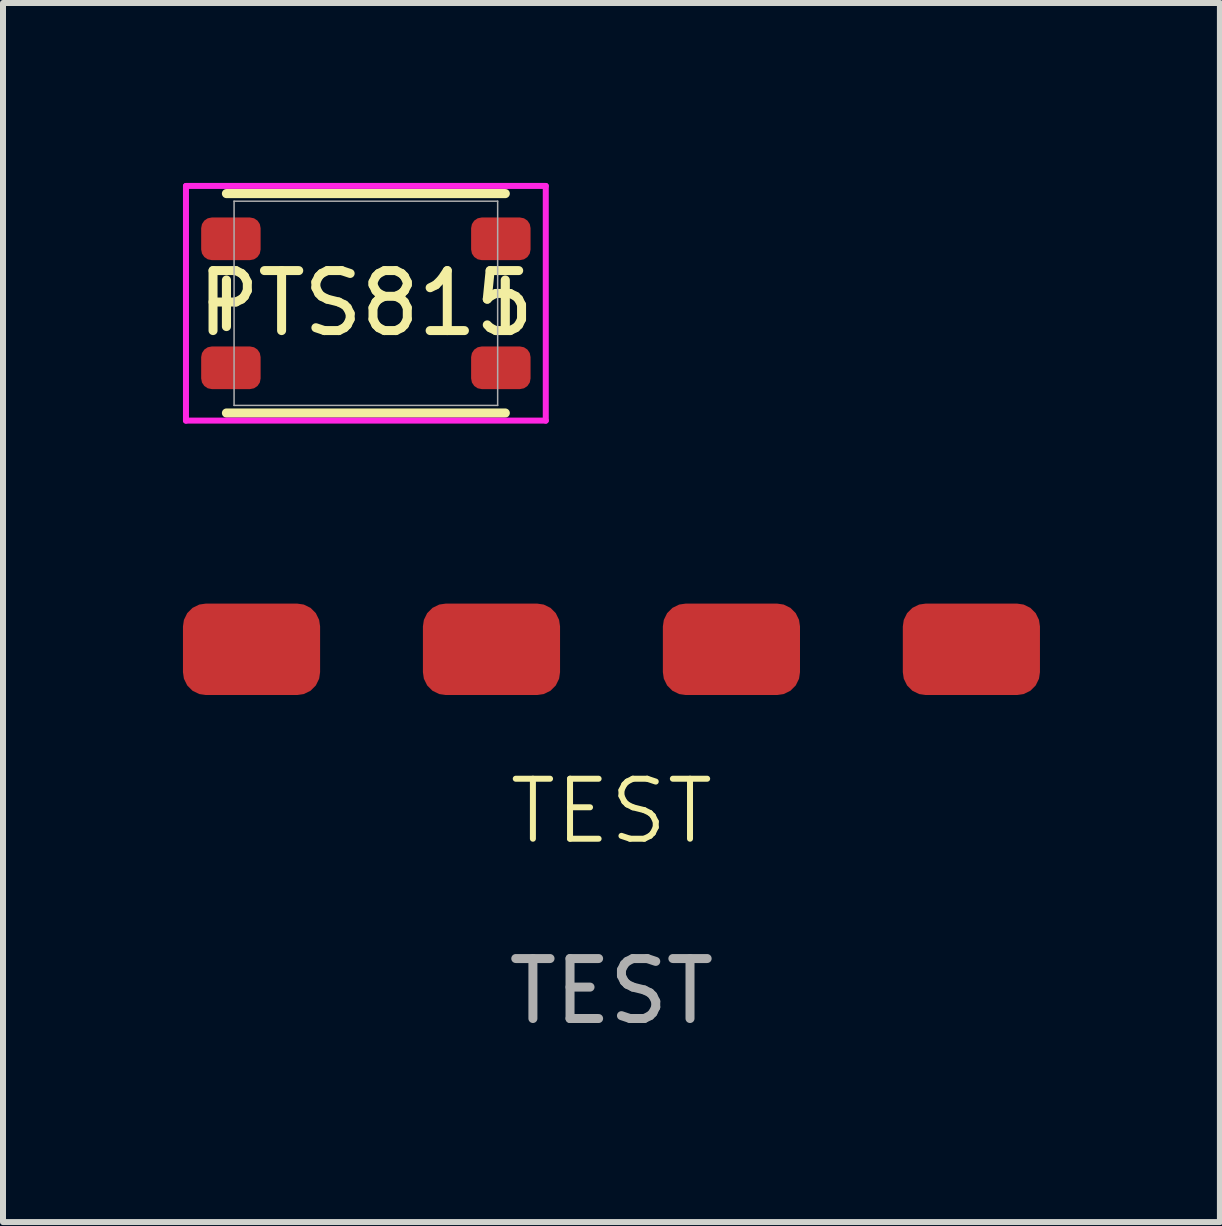
<source format=kicad_pcb>
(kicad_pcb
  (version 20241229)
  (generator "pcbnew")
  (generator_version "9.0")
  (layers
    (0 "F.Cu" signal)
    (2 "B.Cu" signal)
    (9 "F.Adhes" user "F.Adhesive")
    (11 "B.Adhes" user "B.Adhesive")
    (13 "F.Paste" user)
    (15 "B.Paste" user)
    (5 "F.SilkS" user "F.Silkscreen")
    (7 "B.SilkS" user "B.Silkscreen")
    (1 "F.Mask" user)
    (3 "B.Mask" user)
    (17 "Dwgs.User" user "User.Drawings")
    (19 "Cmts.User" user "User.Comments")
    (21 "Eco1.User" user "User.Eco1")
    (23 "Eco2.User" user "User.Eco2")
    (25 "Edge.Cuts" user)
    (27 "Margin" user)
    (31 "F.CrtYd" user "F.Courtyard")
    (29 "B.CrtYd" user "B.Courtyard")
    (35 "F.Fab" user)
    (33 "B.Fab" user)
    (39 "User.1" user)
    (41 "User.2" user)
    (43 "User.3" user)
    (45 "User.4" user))
  (footprint "PTS815"
    (layer "F.Cu")
    (at 3.049 2.006)
    (property "Reference" "PTS815" (at 0 0 0) (unlocked yes) (layer "F.SilkS") (effects (font (size 1 1) (thickness 0.15))))
    (attr smd)
    (fp_line (start -2.324 -0.387) (end -2.324 0.387) (stroke (width 0.152) (type solid)) (layer "F.SilkS"))
    (fp_line (start -2.324 1.829) (end 2.324 1.829) (stroke (width 0.152) (type solid)) (layer "F.SilkS"))
    (fp_line (start 2.324 -1.829) (end -2.324 -1.829) (stroke (width 0.152) (type solid)) (layer "F.SilkS"))
    (fp_line (start 2.324 0.387) (end 2.324 -0.387) (stroke (width 0.152) (type solid)) (layer "F.SilkS"))
    (fp_line (start -2.999 -1.956) (end -2.999 1.956) (stroke (width 0.1) (type solid)) (layer "F.CrtYd"))
    (fp_line (start -2.999 1.956) (end 2.999 1.956) (stroke (width 0.1) (type solid)) (layer "F.CrtYd"))
    (fp_line (start 2.999 -1.956) (end -2.999 -1.956) (stroke (width 0.1) (type solid)) (layer "F.CrtYd"))
    (fp_line (start 2.999 1.956) (end 2.999 -1.956) (stroke (width 0.1) (type solid)) (layer "F.CrtYd"))
    (fp_line (start -2.197 -1.702) (end -2.197 1.702) (stroke (width 0.025) (type solid)) (layer "F.Fab"))
    (fp_line (start -2.197 1.702) (end 2.197 1.702) (stroke (width 0.025) (type solid)) (layer "F.Fab"))
    (fp_line (start 2.197 -1.702) (end -2.197 -1.702) (stroke (width 0.025) (type solid)) (layer "F.Fab"))
    (fp_line (start 2.197 1.702) (end 2.197 -1.702) (stroke (width 0.025) (type solid)) (layer "F.Fab"))
    (pad "1" smd roundrect (at -2.25 -1.075) (size 0.991 0.711) (layers "F.Cu" "F.Mask" "F.Paste") (roundrect_rratio 0.25))
    (pad "2" smd roundrect (at 2.25 -1.075) (size 0.991 0.711) (layers "F.Cu" "F.Mask" "F.Paste") (roundrect_rratio 0.25))
    (pad "3" smd roundrect (at -2.25 1.075) (size 0.991 0.711) (layers "F.Cu" "F.Mask" "F.Paste") (roundrect_rratio 0.25))
    (pad "4" smd roundrect (at 2.25 1.075) (size 0.991 0.711) (layers "F.Cu" "F.Mask" "F.Paste") (roundrect_rratio 0.25)))
  (footprint "TEST"
    (layer "F.Cu")
    (at 7.143 10.974)
    (property "Reference" "TEST" (at 0 -0.5 0) (unlocked yes) (layer "F.SilkS") (effects (font (size 1 1) (thickness 0.1))))
    (attr smd)
    (fp_text user "${REFERENCE}" (at 0 2.5 0) (unlocked yes) (layer "F.Fab") (effects (font (size 1 1) (thickness 0.15))))
    (pad "1" smd roundrect (at -6 -3.2) (size 2.286 1.524) (layers "F.Cu" "F.Mask" "F.Paste") (roundrect_rratio 0.25))
    (pad "2" smd roundrect (at 2 -3.2) (size 2.286 1.524) (layers "F.Cu" "F.Mask" "F.Paste") (roundrect_rratio 0.25))
    (pad "2" smd roundrect (at 6 -3.2) (size 2.286 1.524) (layers "F.Cu" "F.Mask" "F.Paste") (roundrect_rratio 0.25))
    (pad "3" smd roundrect (at -2 -3.2) (size 2.286 1.524) (layers "F.Cu" "F.Mask" "F.Paste") (roundrect_rratio 0.25)))
  (gr_rect
    (start -3 -3)
    (end 17.286 17.322)
    (stroke (width 0.1) (type default))
    (fill no)
    (layer "Edge.Cuts")))
</source>
